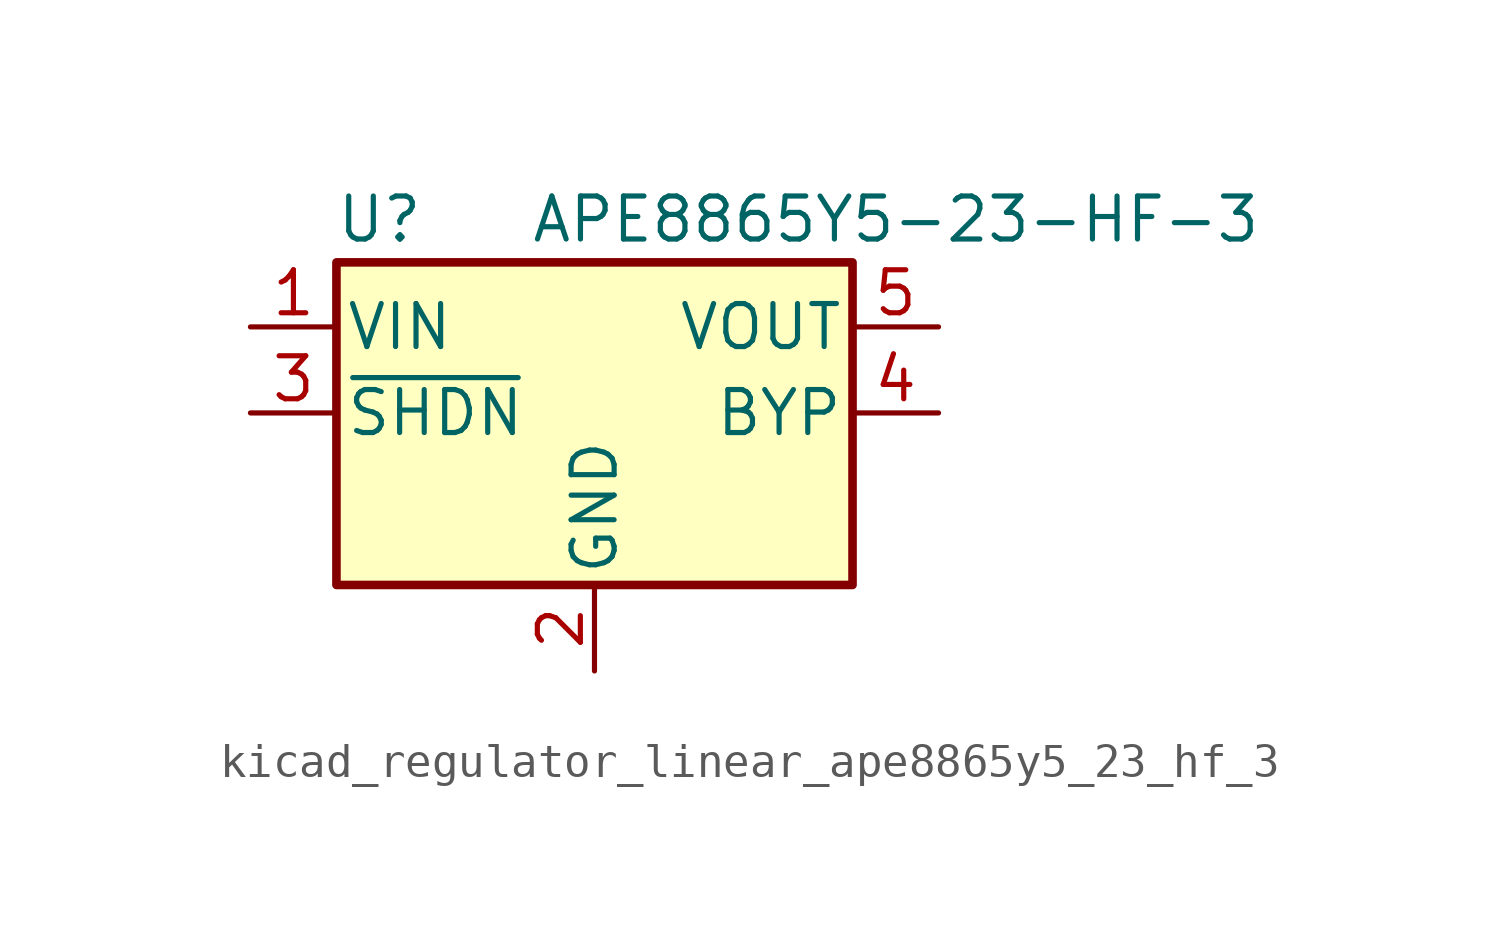
<source format=kicad_sym>
(kicad_symbol_lib
  (version 20220914)
  (generator kicad_symbol_editor)
  (symbol "kicad_regulator_linear_ape8865y5_23_hf_3"
    (pin_names
      (offset 0.254))
    (property "Reference" "U"
      (at -6.35 5.715 0)
      (effects (font (size 1.27 1.27))))
    (property "Value" "APE8865Y5-23-HF-3"
      (at -1.905 5.715 0)
      (effects (font (size 1.27 1.27)) (justify left)))
    (symbol "kicad_regulator_linear_ape8865y5_23_hf_3_0_1"
      (rectangle (start -7.62 4.445) (end 7.62 -5.08) (stroke (width 0.254) (type default)) (fill (type background))))
    (symbol "kicad_regulator_linear_ape8865y5_23_hf_3_1_1"
      (pin power_in line (at -10.16 2.54 0) (length 2.54) (name "VIN" (effects (font (size 1.27 1.27)))) (number "1" (effects (font (size 1.27 1.27)))))
      (pin power_in line (at 0 -7.62 90) (length 2.54) (name "GND" (effects (font (size 1.27 1.27)))) (number "2" (effects (font (size 1.27 1.27)))))
      (pin input line (at -10.16 0 0) (length 2.54) (name "~{SHDN}" (effects (font (size 1.27 1.27)))) (number "3" (effects (font (size 1.27 1.27)))))
      (pin input line (at 10.16 0 180) (length 2.54) (name "BYP" (effects (font (size 1.27 1.27)))) (number "4" (effects (font (size 1.27 1.27)))))
      (pin power_out line (at 10.16 2.54 180) (length 2.54) (name "VOUT" (effects (font (size 1.27 1.27)))) (number "5" (effects (font (size 1.27 1.27))))))))
</source>
